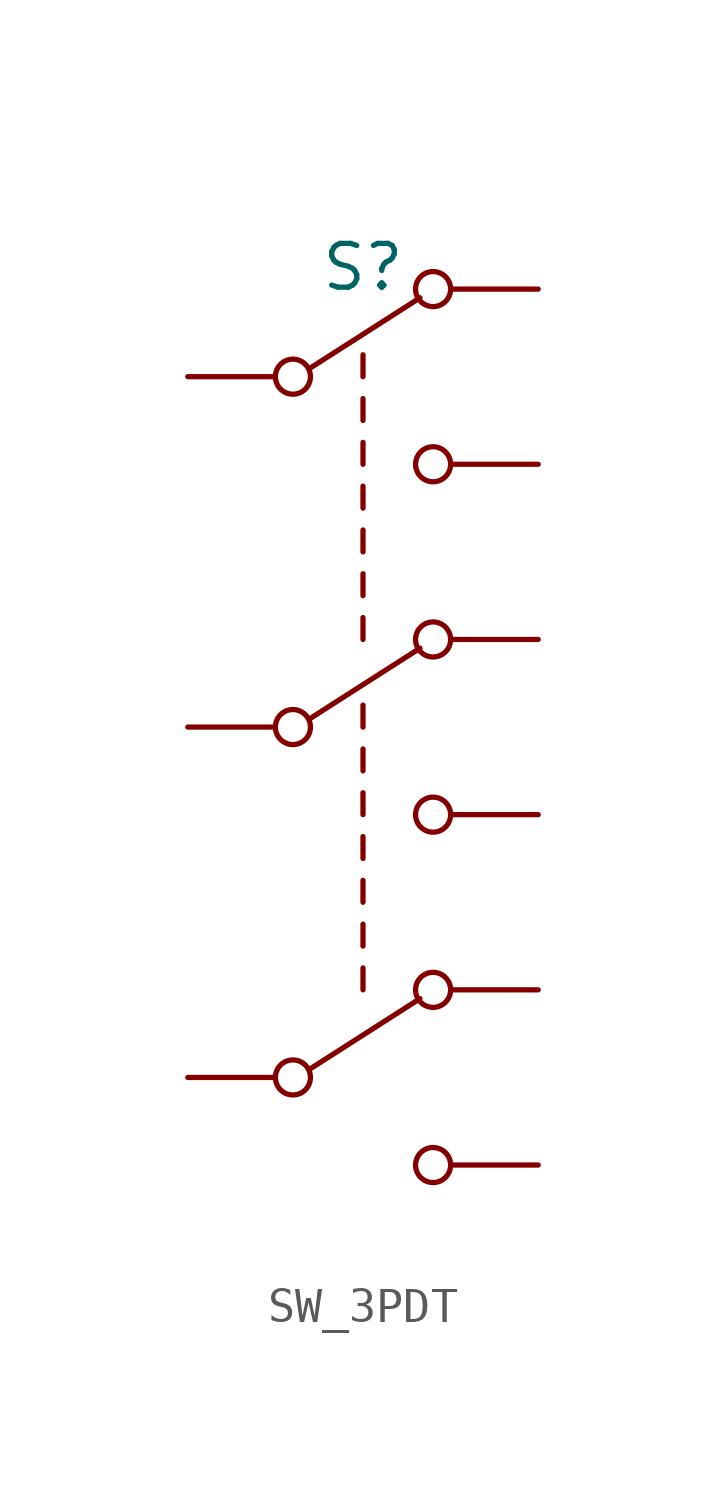
<source format=kicad_sym>
(kicad_symbol_lib
  (version 20211014)
  (generator kicad_symbol_editor)
  (symbol "SW_3PDT"
    (pin_numbers hide)
    (pin_names
      (offset 1.016) hide)
    (property "Reference" "S"
      (at 0 12.065 0)
      (effects (font (size 1.27 1.27))))
    (symbol "SW_3PDT_0_1"
      (rectangle (start 0 -5.715) (end 0 -6.35) (stroke (width 0) (type default) (color 0 0 0 0)) (fill (type none)))
      (rectangle (start 0 -4.445) (end 0 -5.08) (stroke (width 0) (type default) (color 0 0 0 0)) (fill (type none)))
      (rectangle (start 0 3.175) (end 0 2.54) (stroke (width 0) (type default) (color 0 0 0 0)) (fill (type none)))
      (rectangle (start 0 4.445) (end 0 3.81) (stroke (width 0) (type default) (color 0 0 0 0)) (fill (type none))))
    (symbol "SW_3PDT_1_0"
      (circle (center -2.032 -11.43) (radius 0.508) (stroke (width 0) (type default) (color 0 0 0 0)) (fill (type none)))
      (circle (center -2.032 -1.27) (radius 0.508) (stroke (width 0) (type default) (color 0 0 0 0)) (fill (type none)))
      (circle (center -2.032 8.89) (radius 0.508) (stroke (width 0) (type default) (color 0 0 0 0)) (fill (type none)))
      (circle (center 2.032 -13.97) (radius 0.508) (stroke (width 0) (type default) (color 0 0 0 0)) (fill (type none)))
      (circle (center 2.032 -3.81) (radius 0.508) (stroke (width 0) (type default) (color 0 0 0 0)) (fill (type none)))
      (circle (center 2.032 6.35) (radius 0.508) (stroke (width 0) (type default) (color 0 0 0 0)) (fill (type none))))
    (symbol "SW_3PDT_1_1"
      (rectangle (start 0 -8.255) (end 0 -8.89) (stroke (width 0) (type default) (color 0 0 0 0)) (fill (type none)))
      (rectangle (start 0 -6.985) (end 0 -7.62) (stroke (width 0) (type default) (color 0 0 0 0)) (fill (type none)))
      (rectangle (start 0 -3.175) (end 0 -3.81) (stroke (width 0) (type default) (color 0 0 0 0)) (fill (type none)))
      (rectangle (start 0 -1.905) (end 0 -2.54) (stroke (width 0) (type default) (color 0 0 0 0)) (fill (type none)))
      (rectangle (start 0 -0.635) (end 0 -1.27) (stroke (width 0) (type default) (color 0 0 0 0)) (fill (type none)))
      (polyline (pts (xy -1.524 -11.176) (xy 1.651 -9.144)) (stroke (width 0) (type default) (color 0 0 0 0)) (fill (type none)))
      (polyline (pts (xy -1.524 -1.016) (xy 1.651 1.016)) (stroke (width 0) (type default) (color 0 0 0 0)) (fill (type none)))
      (polyline (pts (xy -1.524 9.144) (xy 1.651 11.176)) (stroke (width 0) (type default) (color 0 0 0 0)) (fill (type none)))
      (rectangle (start 0 1.905) (end 0 1.27) (stroke (width 0) (type default) (color 0 0 0 0)) (fill (type none)))
      (rectangle (start 0 5.715) (end 0 5.08) (stroke (width 0) (type default) (color 0 0 0 0)) (fill (type none)))
      (rectangle (start 0 6.985) (end 0 6.35) (stroke (width 0) (type default) (color 0 0 0 0)) (fill (type none)))
      (rectangle (start 0 8.255) (end 0 7.62) (stroke (width 0) (type default) (color 0 0 0 0)) (fill (type none)))
      (rectangle (start 0 9.525) (end 0 8.89) (stroke (width 0) (type default) (color 0 0 0 0)) (fill (type none)))
      (circle (center 2.032 -8.89) (radius 0.508) (stroke (width 0) (type default) (color 0 0 0 0)) (fill (type none)))
      (circle (center 2.032 1.27) (radius 0.508) (stroke (width 0) (type default) (color 0 0 0 0)) (fill (type none)))
      (circle (center 2.032 11.43) (radius 0.508) (stroke (width 0) (type default) (color 0 0 0 0)) (fill (type none)))
      (pin passive line (at 5.08 1.27 180) (length 2.54) (name "A" (effects (font (size 1.27 1.27)))) (number "1" (effects (font (size 1.27 1.27)))))
      (pin passive line (at -5.08 -1.27 0) (length 2.54) (name "B" (effects (font (size 1.27 1.27)))) (number "2" (effects (font (size 1.27 1.27)))))
      (pin passive line (at 5.08 -3.81 180) (length 2.54) (name "C" (effects (font (size 1.27 1.27)))) (number "3" (effects (font (size 1.27 1.27)))))
      (pin passive line (at 5.08 11.43 180) (length 2.54) (name "D" (effects (font (size 1.27 1.27)))) (number "4" (effects (font (size 1.27 1.27)))))
      (pin passive line (at -5.08 8.89 0) (length 2.54) (name "E" (effects (font (size 1.27 1.27)))) (number "5" (effects (font (size 1.27 1.27)))))
      (pin passive line (at 5.08 6.35 180) (length 2.54) (name "F" (effects (font (size 1.27 1.27)))) (number "6" (effects (font (size 1.27 1.27)))))
      (pin passive line (at 5.08 -8.89 180) (length 2.54) (name "G" (effects (font (size 1.27 1.27)))) (number "7" (effects (font (size 1.27 1.27)))))
      (pin passive line (at -5.08 -11.43 0) (length 2.54) (name "H" (effects (font (size 1.27 1.27)))) (number "8" (effects (font (size 1.27 1.27)))))
      (pin passive line (at 5.08 -13.97 180) (length 2.54) (name "I" (effects (font (size 1.27 1.27)))) (number "9" (effects (font (size 1.27 1.27))))))))
</source>
